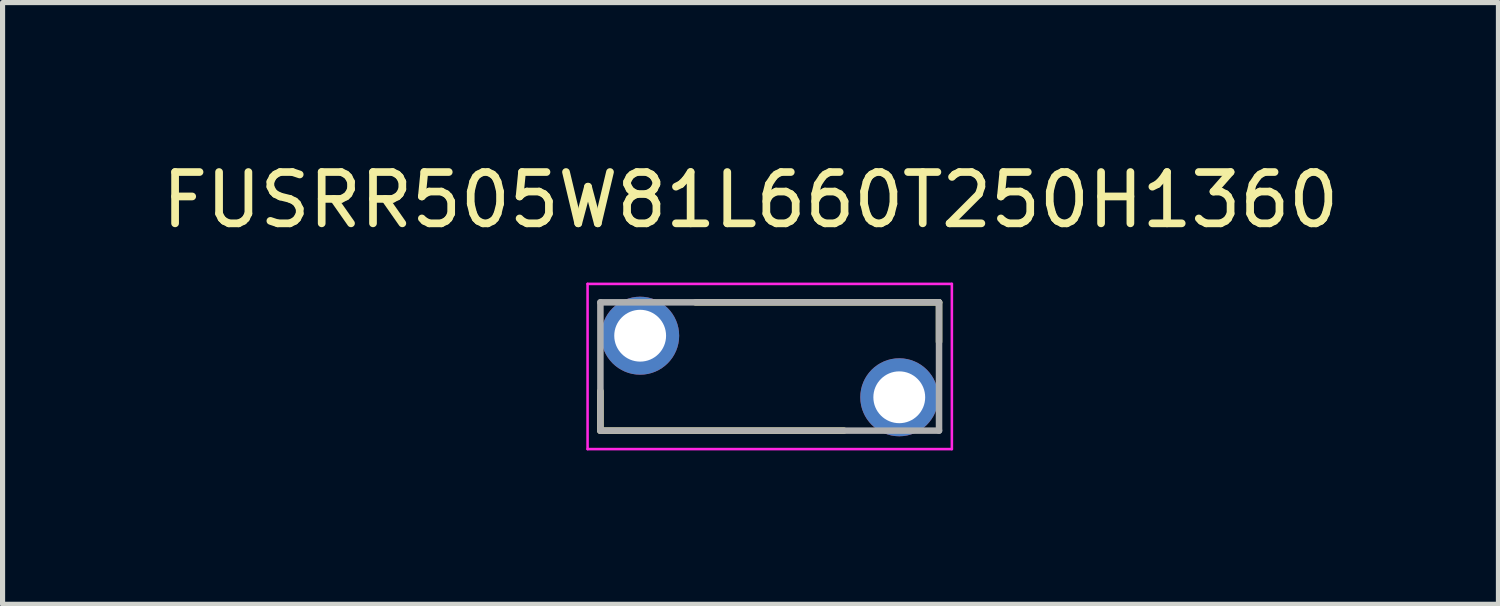
<source format=kicad_pcb>
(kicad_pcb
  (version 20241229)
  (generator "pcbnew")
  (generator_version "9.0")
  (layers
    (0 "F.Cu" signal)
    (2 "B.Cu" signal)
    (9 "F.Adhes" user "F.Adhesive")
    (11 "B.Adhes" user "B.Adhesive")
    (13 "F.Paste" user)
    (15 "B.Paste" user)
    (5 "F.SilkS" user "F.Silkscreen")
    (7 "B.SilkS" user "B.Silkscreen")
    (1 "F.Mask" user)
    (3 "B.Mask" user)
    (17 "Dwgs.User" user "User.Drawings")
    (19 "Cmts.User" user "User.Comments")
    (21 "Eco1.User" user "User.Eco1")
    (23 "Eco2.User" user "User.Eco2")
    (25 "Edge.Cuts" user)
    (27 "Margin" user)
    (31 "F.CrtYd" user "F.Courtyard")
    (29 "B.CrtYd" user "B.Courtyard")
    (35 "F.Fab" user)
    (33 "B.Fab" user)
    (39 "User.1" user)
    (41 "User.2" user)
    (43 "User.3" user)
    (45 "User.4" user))
  (footprint "FUSRR505W81L660T250H1360"
    (layer "F.Cu")
    (at 11.952 4.093)
    (property "Reference" "FUSRR505W81L660T250H1360" (at -0.375 -3.245 0) (layer "F.SilkS") (effects (font (size 1 1) (thickness 0.15))))
    (attr through_hole)
    (fp_line (start -3.3 1.25) (end -3.3 0.48) (stroke (width 0.127) (type solid)) (layer "F.SilkS"))
    (fp_line (start -1.445 -1.25) (end 3.3 -1.25) (stroke (width 0.127) (type solid)) (layer "F.SilkS"))
    (fp_line (start 1.445 1.25) (end -3.3 1.25) (stroke (width 0.127) (type solid)) (layer "F.SilkS"))
    (fp_line (start 3.3 -1.25) (end 3.3 -0.48) (stroke (width 0.127) (type solid)) (layer "F.SilkS"))
    (fp_line (start -3.55 -1.61) (end -3.55 1.61) (stroke (width 0.05) (type solid)) (layer "F.CrtYd"))
    (fp_line (start -3.55 1.61) (end 3.55 1.61) (stroke (width 0.05) (type solid)) (layer "F.CrtYd"))
    (fp_line (start 3.55 -1.61) (end -3.55 -1.61) (stroke (width 0.05) (type solid)) (layer "F.CrtYd"))
    (fp_line (start 3.55 1.61) (end 3.55 -1.61) (stroke (width 0.05) (type solid)) (layer "F.CrtYd"))
    (fp_line (start -3.3 -1.25) (end 3.3 -1.25) (stroke (width 0.127) (type solid)) (layer "F.Fab"))
    (fp_line (start -3.3 1.25) (end -3.3 -1.25) (stroke (width 0.127) (type solid)) (layer "F.Fab"))
    (fp_line (start 3.3 -1.25) (end 3.3 1.25) (stroke (width 0.127) (type solid)) (layer "F.Fab"))
    (fp_line (start 3.3 1.25) (end -3.3 1.25) (stroke (width 0.127) (type solid)) (layer "F.Fab"))
    (pad "1" thru_hole circle (at -2.525 -0.6) (size 1.52 1.52) (drill 1.01) (layers "*.Cu" "*.Mask"))
    (pad "2" thru_hole circle (at 2.525 0.6) (size 1.52 1.52) (drill 1.01) (layers "*.Cu" "*.Mask")))
  (gr_rect
    (start -3 -3)
    (end 26.155 8.728)
    (stroke (width 0.1) (type default))
    (fill no)
    (layer "Edge.Cuts")))
</source>
